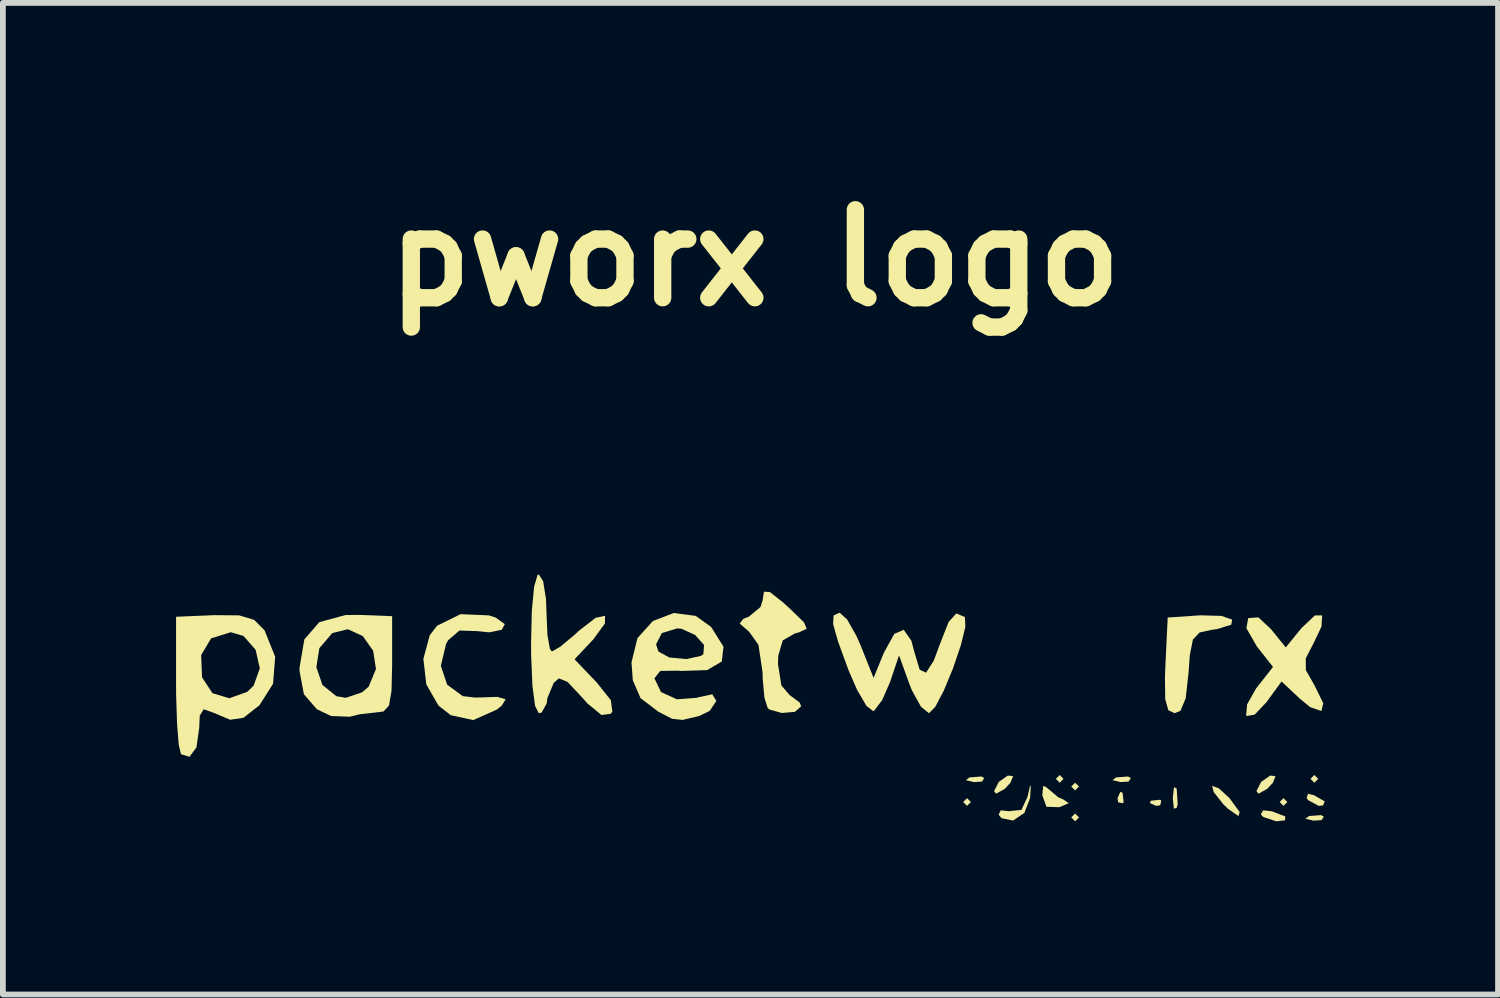
<source format=kicad_pcb>
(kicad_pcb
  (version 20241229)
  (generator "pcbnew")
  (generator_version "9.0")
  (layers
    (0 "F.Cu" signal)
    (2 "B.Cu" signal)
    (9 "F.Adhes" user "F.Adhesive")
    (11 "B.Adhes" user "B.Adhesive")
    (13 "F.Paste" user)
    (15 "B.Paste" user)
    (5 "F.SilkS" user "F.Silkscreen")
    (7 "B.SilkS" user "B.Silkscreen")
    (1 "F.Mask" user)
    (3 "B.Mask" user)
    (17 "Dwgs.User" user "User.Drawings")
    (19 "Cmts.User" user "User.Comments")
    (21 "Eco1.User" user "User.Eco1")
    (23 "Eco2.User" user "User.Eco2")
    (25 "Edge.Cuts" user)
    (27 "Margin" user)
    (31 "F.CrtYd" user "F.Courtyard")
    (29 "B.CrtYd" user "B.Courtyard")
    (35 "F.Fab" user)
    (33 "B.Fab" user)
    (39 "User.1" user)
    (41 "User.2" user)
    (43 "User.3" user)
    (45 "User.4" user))
  (footprint "pworx logo"
    (layer "F.Cu")
    (at 10.026 1.418)
    (property "Reference" "pworx logo" (at 0 0 0) (layer "F.SilkS") (effects (font (size 1.524 1.524) (thickness 0.3))))
    (attr board_only exclude_from_pos_files exclude_from_bom)
    (fp_poly (pts (xy 3.743 9.425) (xy 3.676 9.492) (xy 3.609 9.425) (xy 3.676 9.358)) (stroke (width 0) (type solid)) (fill yes) (layer "F.SilkS"))
    (fp_poly (pts (xy 5.347 9.024) (xy 5.281 9.091) (xy 5.214 9.024) (xy 5.281 8.957)) (stroke (width 0) (type solid)) (fill yes) (layer "F.SilkS"))
    (fp_poly (pts (xy 5.615 9.157) (xy 5.548 9.224) (xy 5.481 9.157) (xy 5.548 9.091)) (stroke (width 0) (type solid)) (fill yes) (layer "F.SilkS"))
    (fp_poly (pts (xy 5.615 9.692) (xy 5.548 9.759) (xy 5.481 9.692) (xy 5.548 9.625)) (stroke (width 0) (type solid)) (fill yes) (layer "F.SilkS"))
    (fp_poly (pts (xy 9.224 9.425) (xy 9.157 9.492) (xy 9.091 9.425) (xy 9.157 9.358)) (stroke (width 0) (type solid)) (fill yes) (layer "F.SilkS"))
    (fp_poly (pts (xy 9.759 9.024) (xy 9.692 9.091) (xy 9.625 9.024) (xy 9.692 8.957)) (stroke (width 0) (type solid)) (fill yes) (layer "F.SilkS"))
    (fp_poly (pts (xy 3.974 9.01) (xy 3.934 9.071) (xy 3.799 9.08) (xy 3.656 9.047) (xy 3.718 8.999) (xy 3.927 8.983)) (stroke (width 0) (type solid)) (fill yes) (layer "F.SilkS"))
    (fp_poly (pts (xy 6.372 9.269) (xy 6.388 9.427) (xy 6.372 9.447) (xy 6.293 9.429) (xy 6.283 9.358) (xy 6.332 9.248)) (stroke (width 0) (type solid)) (fill yes) (layer "F.SilkS"))
    (fp_poly (pts (xy 6.514 9.01) (xy 6.474 9.071) (xy 6.339 9.08) (xy 6.196 9.047) (xy 6.258 8.999) (xy 6.467 8.983)) (stroke (width 0) (type solid)) (fill yes) (layer "F.SilkS"))
    (fp_poly (pts (xy 7.041 9.402) (xy 7.022 9.482) (xy 6.952 9.492) (xy 6.842 9.443) (xy 6.862 9.402) (xy 7.021 9.386)) (stroke (width 0) (type solid)) (fill yes) (layer "F.SilkS"))
    (fp_poly (pts (xy 7.307 9.191) (xy 7.325 9.464) (xy 7.307 9.525) (xy 7.259 9.542) (xy 7.24 9.358) (xy 7.261 9.168)) (stroke (width 0) (type solid)) (fill yes) (layer "F.SilkS"))
    (fp_poly (pts (xy 9.856 9.678) (xy 9.817 9.739) (xy 9.681 9.748) (xy 9.538 9.716) (xy 9.6 9.668) (xy 9.809 9.652)) (stroke (width 0) (type solid)) (fill yes) (layer "F.SilkS"))
    (fp_poly (pts (xy 4.474 8.977) (xy 4.428 9.091) (xy 4.331 9.196) (xy 4.18 9.281) (xy 4.144 9.237) (xy 4.225 9.077) (xy 4.383 8.967)) (stroke (width 0) (type solid)) (fill yes) (layer "F.SilkS"))
    (fp_poly (pts (xy 8.957 9.586) (xy 9.188 9.675) (xy 9.185 9.742) (xy 9.032 9.759) (xy 8.809 9.686) (xy 8.764 9.638) (xy 8.807 9.569)) (stroke (width 0) (type solid)) (fill yes) (layer "F.SilkS"))
    (fp_poly (pts (xy 9.019 8.977) (xy 8.974 9.091) (xy 8.877 9.196) (xy 8.726 9.281) (xy 8.689 9.237) (xy 8.77 9.077) (xy 8.928 8.967)) (stroke (width 0) (type solid)) (fill yes) (layer "F.SilkS"))
    (fp_poly (pts (xy 9.685 9.307) (xy 9.873 9.415) (xy 9.842 9.485) (xy 9.767 9.492) (xy 9.586 9.394) (xy 9.559 9.359) (xy 9.581 9.283)) (stroke (width 0) (type solid)) (fill yes) (layer "F.SilkS"))
    (fp_poly (pts (xy 8.04 9.19) (xy 8.222 9.358) (xy 8.398 9.598) (xy 8.378 9.669) (xy 8.195 9.542) (xy 8.11 9.458) (xy 7.948 9.251) (xy 7.922 9.145)) (stroke (width 0) (type solid)) (fill yes) (layer "F.SilkS"))
    (fp_poly (pts (xy 5.052 9.172) (xy 5.258 9.344) (xy 5.344 9.381) (xy 5.437 9.446) (xy 5.276 9.514) (xy 5.271 9.515) (xy 5.051 9.507) (xy 4.979 9.307) (xy 4.997 9.144)) (stroke (width 0) (type solid)) (fill yes) (layer "F.SilkS"))
    (fp_poly (pts (xy 4.779 9.175) (xy 4.768 9.357) (xy 4.669 9.614) (xy 4.473 9.746) (xy 4.274 9.705) (xy 4.223 9.645) (xy 4.259 9.569) (xy 4.4 9.584) (xy 4.618 9.562) (xy 4.723 9.337) (xy 4.771 9.127)) (stroke (width 0) (type solid)) (fill yes) (layer "F.SilkS"))
    (fp_poly (pts (xy 8.082 6.201) (xy 8.269 6.266) (xy 8.252 6.354) (xy 8.005 6.43) (xy 7.921 6.441) (xy 7.705 6.488) (xy 7.589 6.61) (xy 7.535 6.88) (xy 7.513 7.186) (xy 7.464 7.627) (xy 7.373 7.845) (xy 7.272 7.887) (xy 7.162 7.835) (xy 7.109 7.642) (xy 7.104 7.256) (xy 7.112 7.058) (xy 7.152 6.229) (xy 7.72 6.191)) (stroke (width 0) (type solid)) (fill yes) (layer "F.SilkS"))
    (fp_poly (pts (xy -4.609 6.192) (xy -4.49 6.23) (xy -4.331 6.344) (xy -4.385 6.442) (xy -4.601 6.486) (xy -4.805 6.465) (xy -5.118 6.455) (xy -5.31 6.62) (xy -5.349 6.687) (xy -5.439 7.067) (xy -5.329 7.394) (xy -5.059 7.591) (xy -4.844 7.616) (xy -4.461 7.604) (xy -4.316 7.646) (xy -4.385 7.756) (xy -4.471 7.825) (xy -4.878 8.006) (xy -5.268 7.921) (xy -5.481 7.754) (xy -5.691 7.388) (xy -5.742 6.945) (xy -5.632 6.537) (xy -5.504 6.371) (xy -5.097 6.171)) (stroke (width 0) (type solid)) (fill yes) (layer "F.SilkS"))
    (fp_poly (pts (xy 9.828 6.193) (xy 9.816 6.386) (xy 9.689 6.654) (xy 9.543 6.938) (xy 9.546 7.142) (xy 9.694 7.403) (xy 9.847 7.714) (xy 9.814 7.849) (xy 9.622 7.783) (xy 9.441 7.635) (xy 9.124 7.337) (xy 8.86 7.699) (xy 8.658 7.912) (xy 8.521 7.935) (xy 8.511 7.923) (xy 8.527 7.735) (xy 8.681 7.461) (xy 8.701 7.435) (xy 8.976 7.085) (xy 8.695 6.728) (xy 8.515 6.414) (xy 8.547 6.239) (xy 8.723 6.227) (xy 8.938 6.427) (xy 9.197 6.747) (xy 9.467 6.415) (xy 9.702 6.192)) (stroke (width 0) (type solid)) (fill yes) (layer "F.SilkS"))
    (fp_poly (pts (xy 0.261 5.788) (xy 0.488 5.967) (xy 0.62 6.088) (xy 0.852 6.313) (xy 0.898 6.423) (xy 0.771 6.484) (xy 0.694 6.505) (xy 0.484 6.625) (xy 0.406 6.888) (xy 0.401 7.038) (xy 0.46 7.406) (xy 0.602 7.572) (xy 0.778 7.703) (xy 0.802 7.768) (xy 0.695 7.863) (xy 0.467 7.883) (xy 0.254 7.823) (xy 0.223 7.798) (xy 0.166 7.618) (xy 0.135 7.282) (xy 0.134 7.178) (xy 0.062 6.701) (xy -0.1 6.475) (xy -0.262 6.334) (xy -0.202 6.254) (xy -0.1 6.212) (xy 0.097 6.048) (xy 0.134 5.935) (xy 0.158 5.782)) (stroke (width 0) (type solid)) (fill yes) (layer "F.SilkS"))
    (fp_poly (pts (xy -6.283 6.206) (xy -6.283 7.039) (xy -6.294 7.501) (xy -6.338 7.755) (xy -6.431 7.856) (xy -6.517 7.868) (xy -6.845 7.905) (xy -7.018 7.948) (xy -7.341 7.935) (xy -7.587 7.818) (xy -7.812 7.558) (xy -7.887 7.158) (xy -7.887 7.098) (xy -7.886 7.089) (xy -7.596 7.089) (xy -7.491 7.396) (xy -7.25 7.592) (xy -7.085 7.62) (xy -6.802 7.524) (xy -6.69 7.427) (xy -6.563 7.12) (xy -6.612 6.805) (xy -6.79 6.552) (xy -7.049 6.432) (xy -7.319 6.498) (xy -7.544 6.76) (xy -7.596 7.089) (xy -7.886 7.089) (xy -7.804 6.608) (xy -7.544 6.309) (xy -7.09 6.186) (xy -6.847 6.184)) (stroke (width 0) (type solid)) (fill yes) (layer "F.SilkS"))
    (fp_poly (pts (xy -8.932 6.192) (xy -8.673 6.27) (xy -8.496 6.448) (xy -8.493 6.452) (xy -8.309 6.91) (xy -8.346 7.377) (xy -8.581 7.748) (xy -8.859 7.967) (xy -9.089 8) (xy -9.367 7.883) (xy -9.548 7.818) (xy -9.616 7.931) (xy -9.625 8.142) (xy -9.673 8.478) (xy -9.793 8.642) (xy -9.941 8.597) (xy -9.98 8.432) (xy -10.009 8.068) (xy -10.025 7.571) (xy -10.026 7.364) (xy -10.026 6.879) (xy -9.591 6.879) (xy -9.576 7.265) (xy -9.397 7.539) (xy -9.105 7.628) (xy -8.794 7.517) (xy -8.683 7.411) (xy -8.575 7.11) (xy -8.648 6.788) (xy -8.859 6.548) (xy -9.079 6.484) (xy -9.419 6.59) (xy -9.591 6.879) (xy -10.026 6.879) (xy -10.026 6.216) (xy -9.362 6.188)) (stroke (width 0) (type solid)) (fill yes) (layer "F.SilkS"))
    (fp_poly (pts (xy -3.667 5.601) (xy -3.618 5.909) (xy -3.609 6.149) (xy -3.593 6.531) (xy -3.55 6.773) (xy -3.517 6.818) (xy -3.369 6.734) (xy -3.119 6.525) (xy -3.05 6.46) (xy -2.758 6.234) (xy -2.595 6.2) (xy -2.597 6.333) (xy -2.801 6.611) (xy -2.809 6.619) (xy -3.123 6.953) (xy -2.739 7.354) (xy -2.495 7.661) (xy -2.468 7.858) (xy -2.495 7.896) (xy -2.657 7.918) (xy -2.901 7.717) (xy -3 7.605) (xy -3.245 7.345) (xy -3.395 7.283) (xy -3.485 7.363) (xy -3.594 7.627) (xy -3.607 7.72) (xy -3.694 7.876) (xy -3.743 7.887) (xy -3.807 7.761) (xy -3.853 7.412) (xy -3.875 6.883) (xy -3.877 6.684) (xy -3.863 6.108) (xy -3.824 5.696) (xy -3.765 5.494) (xy -3.743 5.481)) (stroke (width 0) (type solid)) (fill yes) (layer "F.SilkS"))
    (fp_poly (pts (xy 1.598 6.262) (xy 1.76 6.548) (xy 1.832 6.712) (xy 2.057 7.275) (xy 2.232 6.846) (xy 2.415 6.513) (xy 2.579 6.442) (xy 2.712 6.632) (xy 2.761 6.818) (xy 2.855 7.131) (xy 2.965 7.185) (xy 3.099 6.978) (xy 3.208 6.684) (xy 3.358 6.304) (xy 3.49 6.159) (xy 3.633 6.218) (xy 3.639 6.224) (xy 3.647 6.39) (xy 3.568 6.711) (xy 3.435 7.104) (xy 3.277 7.487) (xy 3.127 7.775) (xy 3.016 7.887) (xy 2.877 7.774) (xy 2.721 7.49) (xy 2.679 7.386) (xy 2.498 6.885) (xy 2.343 7.345) (xy 2.205 7.661) (xy 2.069 7.841) (xy 2.05 7.85) (xy 1.934 7.761) (xy 1.771 7.482) (xy 1.624 7.145) (xy 1.441 6.644) (xy 1.356 6.343) (xy 1.364 6.194) (xy 1.455 6.15) (xy 1.472 6.149)) (stroke (width 0) (type solid)) (fill yes) (layer "F.SilkS"))
    (fp_poly (pts (xy -1.024 6.201) (xy -0.756 6.394) (xy -0.543 6.735) (xy -0.573 6.992) (xy -0.826 7.14) (xy -1.284 7.155) (xy -1.326 7.15) (xy -1.638 7.154) (xy -1.738 7.28) (xy -1.738 7.285) (xy -1.625 7.521) (xy -1.349 7.646) (xy -1.005 7.62) (xy -0.976 7.61) (xy -0.738 7.559) (xy -0.668 7.672) (xy -0.668 7.675) (xy -0.781 7.846) (xy -0.969 7.937) (xy -1.253 8.003) (xy -1.435 7.983) (xy -1.671 7.861) (xy -1.98 7.626) (xy -2.114 7.317) (xy -2.137 7.006) (xy -2.06 6.694) (xy -1.711 6.694) (xy -1.671 6.818) (xy -1.482 6.921) (xy -1.185 6.949) (xy -0.932 6.893) (xy -0.892 6.864) (xy -0.88 6.705) (xy -1.034 6.532) (xy -1.271 6.424) (xy -1.345 6.417) (xy -1.612 6.499) (xy -1.711 6.694) (xy -2.06 6.694) (xy -2.033 6.585) (xy -1.766 6.29) (xy -1.406 6.151)) (stroke (width 0) (type solid)) (fill yes) (layer "F.SilkS")))
  (gr_rect
    (start -3 -3)
    (end 22.9 14.177)
    (stroke (width 0.1) (type default))
    (fill no)
    (layer "Edge.Cuts")))
</source>
